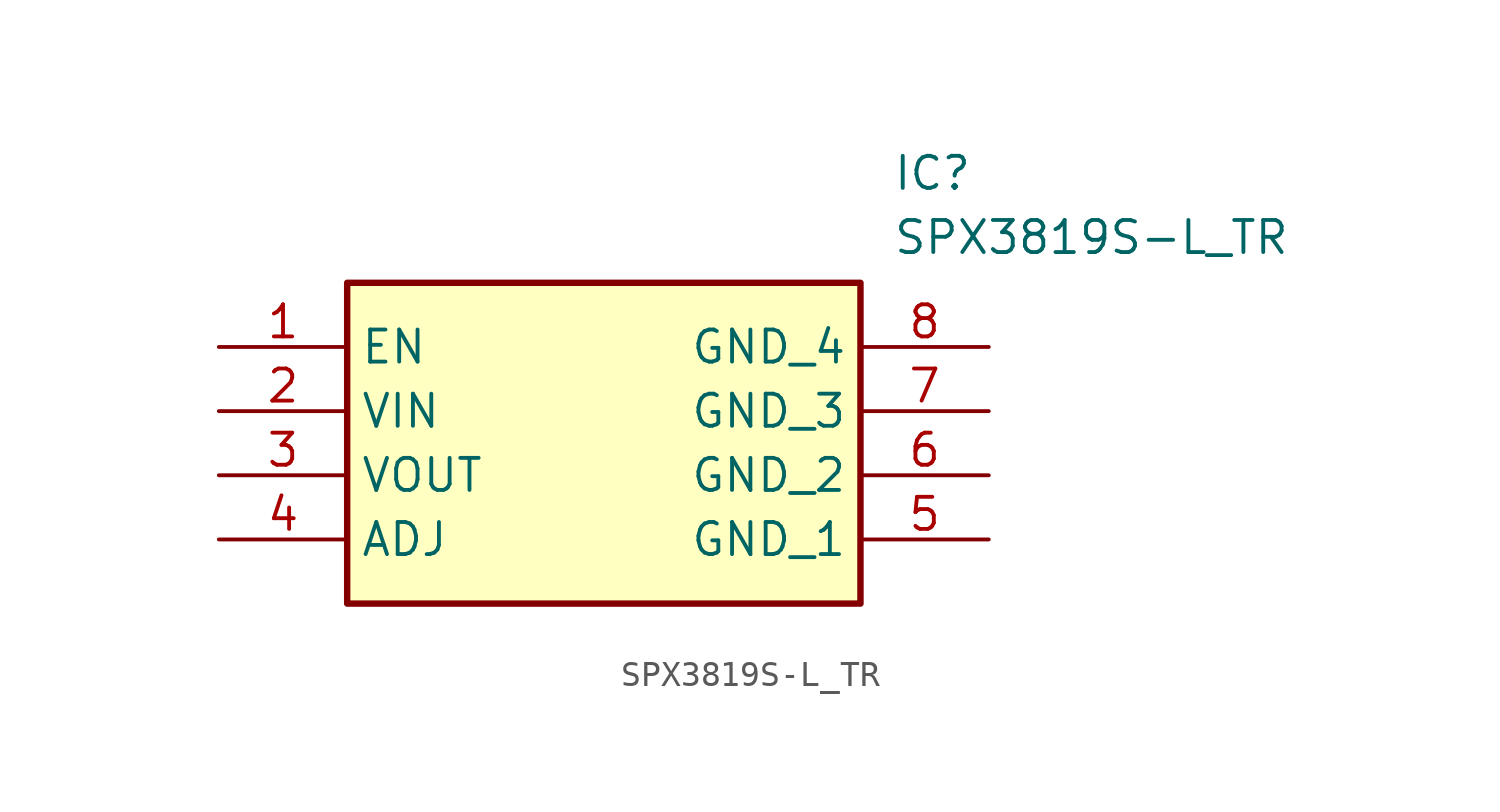
<source format=kicad_sym>
(kicad_symbol_lib
  (version 20211014)
  (generator SamacSys_ECAD_Model)
  (symbol "SPX3819S-L_TR"
    (property "Reference" "IC"
      (at 26.67 7.62 0)
      (effects (font (size 1.27 1.27)) (justify left top)))
    (property "Value" "SPX3819S-L_TR"
      (at 26.67 5.08 0)
      (effects (font (size 1.27 1.27)) (justify left top)))
    (rectangle
      (start 5.08 2.54)
      (end 25.4 -10.16)
      (stroke (width 0.254) (type default))
      (fill (type background)))
    (pin passive line
      (at 0 0 0)
      (length 5.08)
      (name "EN" (effects (font (size 1.27 1.27))))
      (number "1" (effects (font (size 1.27 1.27)))))
    (pin passive line
      (at 0 -2.54 0)
      (length 5.08)
      (name "VIN" (effects (font (size 1.27 1.27))))
      (number "2" (effects (font (size 1.27 1.27)))))
    (pin passive line
      (at 0 -5.08 0)
      (length 5.08)
      (name "VOUT" (effects (font (size 1.27 1.27))))
      (number "3" (effects (font (size 1.27 1.27)))))
    (pin passive line
      (at 0 -7.62 0)
      (length 5.08)
      (name "ADJ" (effects (font (size 1.27 1.27))))
      (number "4" (effects (font (size 1.27 1.27)))))
    (pin passive line
      (at 30.48 0 180)
      (length 5.08)
      (name "GND_4" (effects (font (size 1.27 1.27))))
      (number "8" (effects (font (size 1.27 1.27)))))
    (pin passive line
      (at 30.48 -2.54 180)
      (length 5.08)
      (name "GND_3" (effects (font (size 1.27 1.27))))
      (number "7" (effects (font (size 1.27 1.27)))))
    (pin passive line
      (at 30.48 -5.08 180)
      (length 5.08)
      (name "GND_2" (effects (font (size 1.27 1.27))))
      (number "6" (effects (font (size 1.27 1.27)))))
    (pin passive line
      (at 30.48 -7.62 180)
      (length 5.08)
      (name "GND_1" (effects (font (size 1.27 1.27))))
      (number "5" (effects (font (size 1.27 1.27)))))))
</source>
